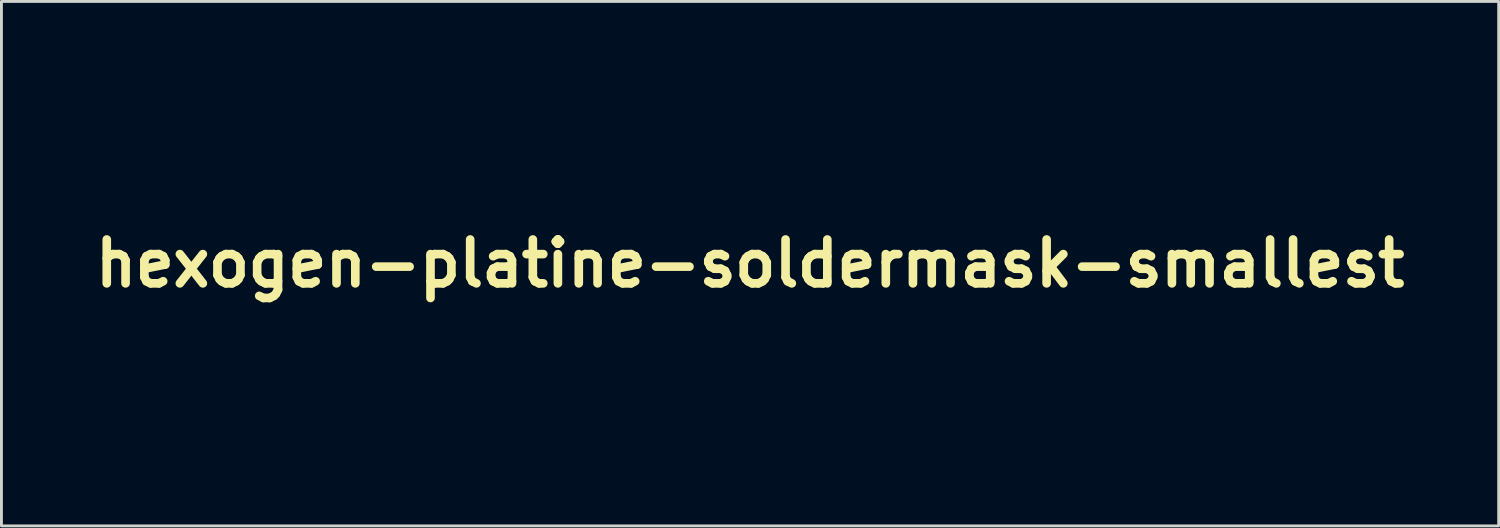
<source format=kicad_pcb>
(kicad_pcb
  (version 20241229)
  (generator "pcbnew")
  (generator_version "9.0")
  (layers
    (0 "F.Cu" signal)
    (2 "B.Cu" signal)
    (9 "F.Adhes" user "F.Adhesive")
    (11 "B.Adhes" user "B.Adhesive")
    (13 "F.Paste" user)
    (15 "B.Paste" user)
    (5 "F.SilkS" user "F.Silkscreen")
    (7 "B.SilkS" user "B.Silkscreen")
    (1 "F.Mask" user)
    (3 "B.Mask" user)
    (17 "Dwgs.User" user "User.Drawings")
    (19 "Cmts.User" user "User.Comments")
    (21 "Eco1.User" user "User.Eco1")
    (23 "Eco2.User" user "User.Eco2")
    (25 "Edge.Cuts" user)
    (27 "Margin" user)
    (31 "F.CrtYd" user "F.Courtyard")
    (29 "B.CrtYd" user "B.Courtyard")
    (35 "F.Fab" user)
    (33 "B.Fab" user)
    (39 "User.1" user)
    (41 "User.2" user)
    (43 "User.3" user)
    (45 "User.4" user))
  (footprint "hexogen-platine-soldermask-smallest"
    (layer "F.Cu")
    (at 23.012 6.106)
    (property "Reference" "hexogen-platine-soldermask-smallest" (at 0 0 0) (layer "F.SilkS") (effects (font (size 1.524 1.524) (thickness 0.3))))
    (attr through_hole)
    (fp_poly (pts (xy 1.057 -0.329) (xy 1.109 -0.311) (xy 1.151 -0.279) (xy 1.185 -0.231) (xy 1.186 -0.23) (xy 1.189 -0.223) (xy 1.192 -0.215) (xy 1.195 -0.206) (xy 1.198 -0.194) (xy 1.2 -0.178) (xy 1.201 -0.156) (xy 1.203 -0.128) (xy 1.204 -0.091) (xy 1.205 -0.046) (xy 1.206 0.01) (xy 1.207 0.078) (xy 1.207 0.159) (xy 1.208 0.254) (xy 1.208 0.365) (xy 1.209 0.492) (xy 1.209 0.638) (xy 1.209 0.667) (xy 1.212 1.524) (xy 2.061 1.524) (xy 2.062 0.882) (xy 2.062 0.743) (xy 2.062 0.619) (xy 2.063 0.508) (xy 2.064 0.413) (xy 2.065 0.334) (xy 2.067 0.271) (xy 2.069 0.227) (xy 2.071 0.2) (xy 2.072 0.195) (xy 2.094 0.137) (xy 2.131 0.088) (xy 2.17 0.059) (xy 2.22 0.041) (xy 2.276 0.036) (xy 2.334 0.042) (xy 2.39 0.059) (xy 2.437 0.087) (xy 2.469 0.12) (xy 2.484 0.149) (xy 2.496 0.187) (xy 2.501 0.211) (xy 2.503 0.232) (xy 2.505 0.27) (xy 2.506 0.324) (xy 2.507 0.393) (xy 2.508 0.475) (xy 2.509 0.568) (xy 2.51 0.67) (xy 2.51 0.78) (xy 2.511 0.89) (xy 2.511 1.022) (xy 2.511 1.135) (xy 2.511 1.231) (xy 2.512 1.311) (xy 2.513 1.376) (xy 2.514 1.427) (xy 2.516 1.467) (xy 2.517 1.494) (xy 2.52 1.512) (xy 2.522 1.521) (xy 2.523 1.522) (xy 2.539 1.53) (xy 2.567 1.54) (xy 2.579 1.544) (xy 2.634 1.565) (xy 2.675 1.598) (xy 2.702 1.642) (xy 2.717 1.7) (xy 2.72 1.754) (xy 2.718 1.8) (xy 2.713 1.834) (xy 2.703 1.862) (xy 2.698 1.873) (xy 2.664 1.918) (xy 2.618 1.951) (xy 2.563 1.971) (xy 2.559 1.971) (xy 2.516 1.979) (xy 2.51 2.462) (xy 2.509 2.577) (xy 2.508 2.673) (xy 2.506 2.754) (xy 2.505 2.82) (xy 2.502 2.873) (xy 2.5 2.916) (xy 2.496 2.949) (xy 2.491 2.974) (xy 2.486 2.994) (xy 2.479 3.009) (xy 2.47 3.022) (xy 2.46 3.034) (xy 2.454 3.04) (xy 2.418 3.066) (xy 2.368 3.083) (xy 2.307 3.091) (xy 2.238 3.089) (xy 2.222 3.087) (xy 2.166 3.074) (xy 2.124 3.051) (xy 2.094 3.017) (xy 2.088 3.006) (xy 2.083 2.997) (xy 2.079 2.987) (xy 2.076 2.975) (xy 2.073 2.96) (xy 2.071 2.939) (xy 2.069 2.912) (xy 2.067 2.875) (xy 2.066 2.829) (xy 2.065 2.769) (xy 2.065 2.696) (xy 2.064 2.608) (xy 2.064 2.502) (xy 2.063 2.469) (xy 2.06 1.973) (xy 0.762 1.973) (xy 0.762 0.924) (xy 0.762 0.73) (xy 0.762 0.555) (xy 0.763 0.4) (xy 0.763 0.263) (xy 0.764 0.146) (xy 0.765 0.047) (xy 0.767 -0.034) (xy 0.768 -0.097) (xy 0.77 -0.141) (xy 0.772 -0.168) (xy 0.773 -0.175) (xy 0.794 -0.236) (xy 0.828 -0.282) (xy 0.875 -0.314) (xy 0.936 -0.331) (xy 0.99 -0.335) (xy 1.057 -0.329)) (stroke (width 0.01) (type solid)) (fill yes) (layer "F.Mask"))
    (fp_poly (pts (xy -0.557 -0.313) (xy -0.509 -0.275) (xy -0.475 -0.226) (xy -0.455 -0.17) (xy -0.449 -0.109) (xy -0.461 -0.047) (xy -0.476 -0.01) (xy -0.498 0.026) (xy -0.525 0.052) (xy -0.557 0.072) (xy -0.611 0.103) (xy -1.079 0.107) (xy -1.19 0.109) (xy -1.284 0.11) (xy -1.361 0.111) (xy -1.424 0.112) (xy -1.474 0.115) (xy -1.514 0.117) (xy -1.545 0.121) (xy -1.569 0.127) (xy -1.587 0.133) (xy -1.602 0.142) (xy -1.615 0.152) (xy -1.627 0.164) (xy -1.64 0.178) (xy -1.651 0.193) (xy -1.67 0.224) (xy -1.695 0.269) (xy -1.725 0.325) (xy -1.76 0.391) (xy -1.798 0.464) (xy -1.839 0.543) (xy -1.881 0.626) (xy -1.923 0.71) (xy -1.965 0.794) (xy -2.005 0.876) (xy -2.043 0.953) (xy -2.077 1.024) (xy -2.106 1.086) (xy -2.13 1.138) (xy -2.147 1.178) (xy -2.156 1.199) (xy -2.175 1.28) (xy -2.183 1.369) (xy -2.179 1.459) (xy -2.169 1.514) (xy -2.161 1.541) (xy -2.146 1.58) (xy -2.123 1.633) (xy -2.092 1.701) (xy -2.052 1.784) (xy -2.004 1.883) (xy -1.974 1.944) (xy -1.933 2.027) (xy -1.892 2.11) (xy -1.854 2.188) (xy -1.818 2.26) (xy -1.788 2.323) (xy -1.763 2.374) (xy -1.745 2.411) (xy -1.741 2.418) (xy -1.71 2.482) (xy -1.682 2.53) (xy -1.655 2.566) (xy -1.627 2.593) (xy -1.594 2.615) (xy -1.576 2.624) (xy -1.52 2.651) (xy -1.08 2.653) (xy -0.955 2.654) (xy -0.849 2.655) (xy -0.762 2.657) (xy -0.693 2.659) (xy -0.643 2.661) (xy -0.61 2.664) (xy -0.598 2.666) (xy -0.544 2.691) (xy -0.5 2.729) (xy -0.469 2.779) (xy -0.453 2.838) (xy -0.452 2.89) (xy -0.466 2.958) (xy -0.494 3.013) (xy -0.536 3.055) (xy -0.589 3.083) (xy -0.601 3.086) (xy -0.62 3.088) (xy -0.655 3.091) (xy -0.706 3.092) (xy -0.769 3.094) (xy -0.841 3.094) (xy -0.921 3.095) (xy -1.006 3.095) (xy -1.093 3.095) (xy -1.18 3.095) (xy -1.265 3.094) (xy -1.344 3.093) (xy -1.417 3.091) (xy -1.479 3.089) (xy -1.53 3.087) (xy -1.539 3.086) (xy -1.629 3.078) (xy -1.704 3.062) (xy -1.77 3.04) (xy -1.83 3.008) (xy -1.842 3.001) (xy -1.906 2.951) (xy -1.968 2.889) (xy -2.023 2.82) (xy -2.037 2.799) (xy -2.049 2.778) (xy -2.069 2.742) (xy -2.095 2.692) (xy -2.127 2.631) (xy -2.163 2.56) (xy -2.202 2.482) (xy -2.244 2.4) (xy -2.287 2.314) (xy -2.33 2.227) (xy -2.373 2.141) (xy -2.413 2.059) (xy -2.451 1.982) (xy -2.485 1.912) (xy -2.514 1.852) (xy -2.537 1.803) (xy -2.553 1.768) (xy -2.559 1.754) (xy -2.602 1.619) (xy -2.626 1.483) (xy -2.63 1.346) (xy -2.615 1.209) (xy -2.581 1.073) (xy -2.541 0.97) (xy -2.524 0.931) (xy -2.499 0.88) (xy -2.469 0.817) (xy -2.434 0.745) (xy -2.395 0.667) (xy -2.353 0.584) (xy -2.31 0.498) (xy -2.267 0.411) (xy -2.223 0.326) (xy -2.182 0.244) (xy -2.143 0.168) (xy -2.107 0.1) (xy -2.076 0.042) (xy -2.051 -0.005) (xy -2.033 -0.038) (xy -2.024 -0.052) (xy -1.954 -0.14) (xy -1.873 -0.212) (xy -1.78 -0.268) (xy -1.677 -0.308) (xy -1.636 -0.319) (xy -1.616 -0.323) (xy -1.595 -0.326) (xy -1.57 -0.329) (xy -1.54 -0.331) (xy -1.503 -0.333) (xy -1.457 -0.334) (xy -1.399 -0.335) (xy -1.329 -0.336) (xy -1.244 -0.336) (xy -1.143 -0.337) (xy -1.079 -0.337) (xy -0.601 -0.337) (xy -0.557 -0.313)) (stroke (width 0.01) (type solid)) (fill yes) (layer "F.Mask"))
    (fp_poly (pts (xy 0.091 -6.1) (xy 0.124 -6.098) (xy 0.151 -6.093) (xy 0.177 -6.083) (xy 0.207 -6.069) (xy 0.278 -6.024) (xy 0.335 -5.967) (xy 0.378 -5.9) (xy 0.405 -5.827) (xy 0.416 -5.749) (xy 0.41 -5.669) (xy 0.385 -5.59) (xy 0.381 -5.581) (xy 0.339 -5.511) (xy 0.281 -5.453) (xy 0.207 -5.404) (xy 0.188 -5.395) (xy 0.112 -5.358) (xy 0.112 -3.473) (xy 0.188 -3.436) (xy 0.263 -3.391) (xy 0.324 -3.337) (xy 0.372 -3.272) (xy 0.382 -3.253) (xy 0.415 -3.191) (xy 1.539 -2.543) (xy 1.69 -2.455) (xy 1.847 -2.365) (xy 2.007 -2.273) (xy 2.168 -2.18) (xy 2.328 -2.087) (xy 2.486 -1.996) (xy 2.639 -1.908) (xy 2.786 -1.823) (xy 2.925 -1.743) (xy 3.053 -1.669) (xy 3.17 -1.602) (xy 3.272 -1.543) (xy 3.317 -1.518) (xy 3.422 -1.457) (xy 3.522 -1.399) (xy 3.618 -1.344) (xy 3.706 -1.292) (xy 3.786 -1.245) (xy 3.857 -1.204) (xy 3.916 -1.169) (xy 3.962 -1.141) (xy 3.995 -1.121) (xy 4.012 -1.109) (xy 4.013 -1.109) (xy 4.075 -1.049) (xy 4.124 -0.978) (xy 4.145 -0.932) (xy 4.167 -0.874) (xy 4.171 1.241) (xy 4.176 3.356) (xy 4.214 3.407) (xy 4.254 3.477) (xy 4.279 3.553) (xy 4.288 3.631) (xy 4.281 3.703) (xy 4.276 3.73) (xy 4.276 3.752) (xy 4.277 3.753) (xy 4.281 3.758) (xy 4.293 3.767) (xy 4.313 3.78) (xy 4.342 3.799) (xy 4.381 3.823) (xy 4.43 3.852) (xy 4.49 3.888) (xy 4.562 3.93) (xy 4.645 3.979) (xy 4.741 4.035) (xy 4.851 4.099) (xy 4.974 4.17) (xy 5.112 4.25) (xy 5.265 4.338) (xy 5.434 4.436) (xy 5.597 4.53) (xy 5.645 4.557) (xy 5.688 4.58) (xy 5.723 4.598) (xy 5.746 4.609) (xy 5.754 4.611) (xy 5.77 4.606) (xy 5.796 4.593) (xy 5.823 4.577) (xy 5.892 4.54) (xy 5.962 4.52) (xy 6.04 4.515) (xy 6.057 4.515) (xy 6.14 4.529) (xy 6.216 4.561) (xy 6.281 4.608) (xy 6.335 4.67) (xy 6.362 4.716) (xy 6.376 4.747) (xy 6.386 4.773) (xy 6.391 4.799) (xy 6.393 4.831) (xy 6.394 4.877) (xy 6.394 4.884) (xy 6.393 4.933) (xy 6.391 4.967) (xy 6.386 4.994) (xy 6.378 5.019) (xy 6.367 5.042) (xy 6.333 5.095) (xy 6.287 5.146) (xy 6.233 5.191) (xy 6.179 5.223) (xy 6.103 5.248) (xy 6.027 5.255) (xy 5.953 5.246) (xy 5.883 5.223) (xy 5.819 5.186) (xy 5.763 5.137) (xy 5.717 5.079) (xy 5.683 5.012) (xy 5.664 4.939) (xy 5.662 4.899) (xy 5.814 4.899) (xy 5.829 4.961) (xy 5.836 4.978) (xy 5.869 5.028) (xy 5.915 5.066) (xy 5.97 5.091) (xy 6.029 5.1) (xy 6.088 5.093) (xy 6.113 5.084) (xy 6.167 5.052) (xy 6.208 5.007) (xy 6.235 4.952) (xy 6.247 4.892) (xy 6.242 4.838) (xy 6.219 4.776) (xy 6.183 4.727) (xy 6.135 4.69) (xy 6.077 4.67) (xy 6.032 4.665) (xy 5.968 4.674) (xy 5.913 4.699) (xy 5.868 4.736) (xy 5.836 4.784) (xy 5.817 4.839) (xy 5.814 4.899) (xy 5.662 4.899) (xy 5.661 4.86) (xy 5.665 4.822) (xy 5.671 4.775) (xy 5.669 4.745) (xy 5.667 4.739) (xy 5.657 4.731) (xy 5.631 4.714) (xy 5.592 4.689) (xy 5.542 4.658) (xy 5.481 4.621) (xy 5.413 4.581) (xy 5.338 4.537) (xy 5.288 4.508) (xy 5.192 4.452) (xy 5.084 4.39) (xy 4.971 4.325) (xy 4.856 4.258) (xy 4.745 4.194) (xy 4.642 4.134) (xy 4.568 4.091) (xy 4.492 4.048) (xy 4.421 4.007) (xy 4.357 3.971) (xy 4.301 3.94) (xy 4.256 3.915) (xy 4.223 3.898) (xy 4.205 3.889) (xy 4.202 3.888) (xy 4.187 3.893) (xy 4.161 3.907) (xy 4.133 3.926) (xy 4.079 3.959) (xy 4.026 3.981) (xy 3.967 3.992) (xy 3.897 3.996) (xy 3.848 3.997) (xy 3.806 4.002) (xy 3.778 4.009) (xy 3.778 4.009) (xy 3.763 4.016) (xy 3.732 4.033) (xy 3.684 4.06) (xy 3.62 4.097) (xy 3.539 4.143) (xy 3.441 4.199) (xy 3.327 4.264) (xy 3.197 4.339) (xy 3.05 4.423) (xy 2.887 4.517) (xy 2.708 4.62) (xy 2.512 4.733) (xy 2.301 4.855) (xy 2.074 4.986) (xy 1.83 5.127) (xy 1.571 5.276) (xy 1.296 5.435) (xy 1.187 5.498) (xy 1.027 5.591) (xy 0.877 5.677) (xy 0.74 5.756) (xy 0.615 5.827) (xy 0.502 5.891) (xy 0.403 5.947) (xy 0.318 5.994) (xy 0.248 6.033) (xy 0.192 6.064) (xy 0.152 6.084) (xy 0.128 6.096) (xy 0.124 6.098) (xy 0.044 6.113) (xy -0.036 6.111) (xy -0.098 6.096) (xy -0.116 6.088) (xy -0.148 6.071) (xy -0.195 6.046) (xy -0.254 6.014) (xy -0.324 5.975) (xy -0.403 5.93) (xy -0.491 5.881) (xy -0.585 5.827) (xy -0.684 5.77) (xy -0.772 5.719) (xy -0.881 5.656) (xy -0.992 5.593) (xy -1.101 5.529) (xy -1.207 5.468) (xy -1.308 5.41) (xy -1.402 5.355) (xy -1.486 5.307) (xy -1.559 5.265) (xy -1.618 5.231) (xy -1.641 5.217) (xy -1.685 5.192) (xy -1.743 5.158) (xy -1.816 5.116) (xy -1.901 5.067) (xy -1.996 5.012) (xy -2.101 4.951) (xy -2.214 4.886) (xy -2.333 4.817) (xy -2.457 4.745) (xy -2.584 4.672) (xy -2.713 4.598) (xy -2.805 4.544) (xy -2.929 4.473) (xy -3.048 4.404) (xy -3.161 4.339) (xy -3.268 4.277) (xy -3.367 4.221) (xy -3.457 4.169) (xy -3.537 4.123) (xy -3.606 4.084) (xy -3.662 4.052) (xy -3.705 4.028) (xy -3.734 4.012) (xy -3.746 4.006) (xy -3.746 4.005) (xy -3.768 4.001) (xy -3.803 3.998) (xy -3.844 3.996) (xy -3.858 3.996) (xy -3.927 3.993) (xy -3.984 3.982) (xy -4.035 3.963) (xy -4.087 3.932) (xy -4.118 3.914) (xy -4.145 3.903) (xy -4.16 3.9) (xy -4.172 3.906) (xy -4.199 3.921) (xy -4.24 3.943) (xy -4.293 3.974) (xy -4.357 4.01) (xy -4.43 4.052) (xy -4.512 4.098) (xy -4.599 4.149) (xy -4.691 4.202) (xy -4.787 4.257) (xy -4.885 4.313) (xy -4.982 4.37) (xy -5.079 4.426) (xy -5.173 4.481) (xy -5.263 4.533) (xy -5.347 4.582) (xy -5.424 4.627) (xy -5.493 4.668) (xy -5.551 4.702) (xy -5.598 4.73) (xy -5.631 4.751) (xy -5.65 4.763) (xy -5.654 4.766) (xy -5.661 4.785) (xy -5.665 4.82) (xy -5.666 4.865) (xy -5.672 4.951) (xy -5.689 5.024) (xy -5.72 5.087) (xy -5.765 5.143) (xy -5.788 5.166) (xy -5.848 5.209) (xy -5.912 5.236) (xy -5.987 5.249) (xy -6.028 5.25) (xy -6.081 5.248) (xy -6.124 5.242) (xy -6.164 5.229) (xy -6.167 5.228) (xy -6.231 5.193) (xy -6.29 5.143) (xy -6.339 5.082) (xy -6.362 5.043) (xy -6.377 5.01) (xy -6.387 4.983) (xy -6.392 4.955) (xy -6.394 4.919) (xy -6.394 4.892) (xy -6.249 4.892) (xy -6.238 4.95) (xy -6.21 5.004) (xy -6.167 5.05) (xy -6.112 5.083) (xy -6.051 5.098) (xy -5.985 5.095) (xy -5.955 5.088) (xy -5.914 5.067) (xy -5.874 5.034) (xy -5.842 4.993) (xy -5.825 4.957) (xy -5.813 4.889) (xy -5.82 4.825) (xy -5.845 4.768) (xy -5.888 4.718) (xy -5.891 4.716) (xy -5.945 4.681) (xy -6.003 4.664) (xy -6.062 4.666) (xy -6.12 4.686) (xy -6.175 4.725) (xy -6.177 4.727) (xy -6.218 4.777) (xy -6.242 4.834) (xy -6.249 4.892) (xy -6.394 4.892) (xy -6.394 4.885) (xy -6.393 4.839) (xy -6.39 4.805) (xy -6.384 4.777) (xy -6.373 4.748) (xy -6.364 4.728) (xy -6.32 4.657) (xy -6.264 4.598) (xy -6.198 4.553) (xy -6.125 4.525) (xy -6.068 4.516) (xy -5.996 4.517) (xy -5.926 4.534) (xy -5.853 4.566) (xy -5.816 4.587) (xy -5.781 4.608) (xy -5.75 4.623) (xy -5.729 4.63) (xy -5.725 4.631) (xy -5.714 4.626) (xy -5.688 4.613) (xy -5.648 4.592) (xy -5.592 4.561) (xy -5.522 4.522) (xy -5.436 4.473) (xy -5.334 4.416) (xy -5.217 4.349) (xy -5.084 4.272) (xy -4.935 4.187) (xy -4.769 4.091) (xy -4.588 3.986) (xy -4.389 3.872) (xy -4.301 3.821) (xy -4.27 3.802) (xy -4.247 3.784) (xy -4.235 3.773) (xy -4.235 3.772) (xy -4.234 3.756) (xy -4.236 3.728) (xy -4.241 3.696) (xy -4.247 3.609) (xy -4.246 3.606) (xy -4.092 3.606) (xy -4.088 3.674) (xy -4.066 3.733) (xy -4.028 3.783) (xy -3.974 3.822) (xy -3.971 3.823) (xy -3.934 3.835) (xy -3.887 3.839) (xy -3.838 3.836) (xy -3.794 3.826) (xy -3.781 3.82) (xy -3.752 3.801) (xy -3.722 3.774) (xy -3.709 3.76) (xy -3.676 3.708) (xy -3.661 3.652) (xy -3.662 3.593) (xy -3.679 3.537) (xy -3.712 3.486) (xy -3.761 3.443) (xy -3.763 3.441) (xy -3.787 3.427) (xy -3.81 3.419) (xy -3.839 3.415) (xy -3.878 3.414) (xy -3.919 3.415) (xy -3.948 3.419) (xy -3.971 3.428) (xy -3.994 3.441) (xy -4.043 3.484) (xy -4.076 3.537) (xy -4.091 3.599) (xy -4.092 3.606) (xy -4.246 3.606) (xy -4.233 3.525) (xy -4.201 3.446) (xy -4.173 3.401) (xy -4.142 3.358) (xy -4.142 2.15) (xy -3.701 2.15) (xy -3.701 2.312) (xy -3.701 2.464) (xy -3.701 2.606) (xy -3.701 2.737) (xy -3.7 2.854) (xy -3.7 2.959) (xy -3.7 3.049) (xy -3.699 3.124) (xy -3.699 3.182) (xy -3.698 3.224) (xy -3.698 3.247) (xy -3.697 3.252) (xy -3.685 3.281) (xy -3.657 3.319) (xy -3.629 3.351) (xy -3.586 3.4) (xy -3.555 3.445) (xy -3.532 3.492) (xy -3.515 3.546) (xy -3.511 3.559) (xy -3.499 3.597) (xy -3.485 3.628) (xy -3.474 3.642) (xy -3.463 3.65) (xy -3.436 3.666) (xy -3.395 3.691) (xy -3.339 3.724) (xy -3.272 3.764) (xy -3.193 3.81) (xy -3.103 3.862) (xy -3.005 3.92) (xy -2.898 3.982) (xy -2.784 4.048) (xy -2.665 4.117) (xy -2.541 4.189) (xy -2.516 4.204) (xy -2.369 4.288) (xy -2.213 4.378) (xy -2.049 4.473) (xy -1.881 4.57) (xy -1.71 4.669) (xy -1.54 4.767) (xy -1.374 4.864) (xy -1.214 4.957) (xy -1.062 5.044) (xy -0.922 5.126) (xy -0.795 5.199) (xy -0.791 5.201) (xy -0.647 5.285) (xy -0.518 5.359) (xy -0.406 5.423) (xy -0.307 5.479) (xy -0.224 5.527) (xy -0.153 5.566) (xy -0.096 5.598) (xy -0.051 5.622) (xy -0.017 5.639) (xy 0.006 5.649) (xy 0.018 5.653) (xy 0.02 5.654) (xy 0.032 5.648) (xy 0.059 5.634) (xy 0.101 5.611) (xy 0.157 5.58) (xy 0.225 5.542) (xy 0.305 5.496) (xy 0.396 5.445) (xy 0.495 5.388) (xy 0.604 5.326) (xy 0.719 5.26) (xy 0.841 5.19) (xy 0.968 5.117) (xy 1.056 5.066) (xy 1.203 4.98) (xy 1.359 4.891) (xy 1.52 4.798) (xy 1.684 4.703) (xy 1.848 4.607) (xy 2.011 4.513) (xy 2.17 4.421) (xy 2.323 4.333) (xy 2.468 4.249) (xy 2.601 4.172) (xy 2.722 4.102) (xy 2.792 4.062) (xy 2.901 3.998) (xy 3.006 3.937) (xy 3.105 3.879) (xy 3.196 3.825) (xy 3.279 3.776) (xy 3.352 3.733) (xy 3.414 3.695) (xy 3.464 3.665) (xy 3.5 3.642) (xy 3.501 3.641) (xy 3.7 3.641) (xy 3.71 3.698) (xy 3.735 3.75) (xy 3.774 3.794) (xy 3.825 3.826) (xy 3.832 3.829) (xy 3.864 3.836) (xy 3.907 3.838) (xy 3.952 3.836) (xy 3.991 3.828) (xy 4.003 3.824) (xy 4.056 3.792) (xy 4.096 3.748) (xy 4.122 3.696) (xy 4.132 3.638) (xy 4.126 3.578) (xy 4.103 3.519) (xy 4.066 3.468) (xy 4.021 3.434) (xy 3.966 3.416) (xy 3.927 3.411) (xy 3.866 3.414) (xy 3.814 3.431) (xy 3.769 3.465) (xy 3.76 3.475) (xy 3.724 3.526) (xy 3.704 3.583) (xy 3.7 3.641) (xy 3.501 3.641) (xy 3.522 3.627) (xy 3.528 3.623) (xy 3.536 3.603) (xy 3.546 3.572) (xy 3.552 3.55) (xy 3.581 3.468) (xy 3.624 3.399) (xy 3.659 3.361) (xy 3.686 3.335) (xy 3.708 3.309) (xy 3.718 3.293) (xy 3.72 3.281) (xy 3.721 3.249) (xy 3.723 3.201) (xy 3.724 3.137) (xy 3.725 3.057) (xy 3.727 2.963) (xy 3.728 2.857) (xy 3.729 2.739) (xy 3.729 2.611) (xy 3.73 2.473) (xy 3.731 2.326) (xy 3.731 2.173) (xy 3.732 2.013) (xy 3.732 1.849) (xy 3.733 1.68) (xy 3.733 1.509) (xy 3.733 1.337) (xy 3.733 1.164) (xy 3.733 0.991) (xy 3.733 0.821) (xy 3.733 0.653) (xy 3.732 0.489) (xy 3.732 0.331) (xy 3.731 0.178) (xy 3.731 0.034) (xy 3.73 -0.103) (xy 3.729 -0.229) (xy 3.728 -0.345) (xy 3.727 -0.449) (xy 3.726 -0.54) (xy 3.725 -0.617) (xy 3.724 -0.679) (xy 3.722 -0.724) (xy 3.721 -0.752) (xy 3.719 -0.761) (xy 3.708 -0.771) (xy 3.679 -0.791) (xy 3.634 -0.82) (xy 3.571 -0.858) (xy 3.491 -0.906) (xy 3.394 -0.963) (xy 3.281 -1.03) (xy 3.165 -1.096) (xy 3.088 -1.141) (xy 2.996 -1.194) (xy 2.889 -1.255) (xy 2.771 -1.324) (xy 2.643 -1.398) (xy 2.506 -1.477) (xy 2.362 -1.56) (xy 2.213 -1.646) (xy 2.06 -1.734) (xy 1.905 -1.824) (xy 1.749 -1.914) (xy 1.595 -2.003) (xy 1.45 -2.087) (xy 1.3 -2.173) (xy 1.156 -2.256) (xy 1.02 -2.334) (xy 0.892 -2.407) (xy 0.774 -2.475) (xy 0.665 -2.537) (xy 0.567 -2.592) (xy 0.481 -2.641) (xy 0.407 -2.682) (xy 0.347 -2.716) (xy 0.301 -2.741) (xy 0.269 -2.757) (xy 0.254 -2.764) (xy 0.253 -2.765) (xy 0.231 -2.761) (xy 0.199 -2.753) (xy 0.171 -2.744) (xy 0.09 -2.725) (xy 0.009 -2.724) (xy -0.07 -2.743) (xy -0.088 -2.75) (xy -0.125 -2.764) (xy -0.158 -2.776) (xy -0.181 -2.781) (xy -0.187 -2.781) (xy -0.199 -2.777) (xy -0.215 -2.77) (xy -0.237 -2.76) (xy -0.266 -2.745) (xy -0.303 -2.725) (xy -0.349 -2.7) (xy -0.404 -2.67) (xy -0.47 -2.632) (xy -0.548 -2.588) (xy -0.638 -2.537) (xy -0.741 -2.478) (xy -0.858 -2.411) (xy -0.99 -2.335) (xy -1.138 -2.249) (xy -1.153 -2.24) (xy -1.299 -2.156) (xy -1.455 -2.066) (xy -1.618 -1.971) (xy -1.786 -1.874) (xy -1.956 -1.776) (xy -2.125 -1.679) (xy -2.29 -1.583) (xy -2.45 -1.491) (xy -2.6 -1.404) (xy -2.74 -1.324) (xy -2.865 -1.251) (xy -2.875 -1.246) (xy -2.989 -1.18) (xy -3.098 -1.117) (xy -3.201 -1.057) (xy -3.298 -1.001) (xy -3.386 -0.95) (xy -3.465 -0.904) (xy -3.534 -0.864) (xy -3.59 -0.831) (xy -3.633 -0.805) (xy -3.662 -0.788) (xy -3.675 -0.78) (xy -3.676 -0.78) (xy -3.698 -0.763) (xy -3.7 1.228) (xy -3.701 1.424) (xy -3.701 1.615) (xy -3.701 1.801) (xy -3.701 1.979) (xy -3.701 2.15) (xy -4.142 2.15) (xy -4.142 1.281) (xy -4.142 1.004) (xy -4.142 0.746) (xy -4.142 0.508) (xy -4.141 0.29) (xy -4.141 0.09) (xy -4.14 -0.09) (xy -4.14 -0.251) (xy -4.139 -0.393) (xy -4.138 -0.517) (xy -4.137 -0.621) (xy -4.136 -0.706) (xy -4.135 -0.773) (xy -4.134 -0.821) (xy -4.133 -0.851) (xy -4.132 -0.86) (xy -4.11 -0.945) (xy -4.073 -1.017) (xy -4.027 -1.072) (xy -4.014 -1.083) (xy -3.992 -1.099) (xy -3.96 -1.12) (xy -3.918 -1.146) (xy -3.865 -1.178) (xy -3.8 -1.217) (xy -3.722 -1.263) (xy -3.632 -1.317) (xy -3.527 -1.378) (xy -3.407 -1.447) (xy -3.272 -1.525) (xy -3.12 -1.613) (xy -3.115 -1.616) (xy -2.853 -1.767) (xy -2.607 -1.908) (xy -2.377 -2.041) (xy -2.162 -2.164) (xy -1.962 -2.28) (xy -1.777 -2.387) (xy -1.605 -2.486) (xy -1.447 -2.577) (xy -1.302 -2.661) (xy -1.169 -2.738) (xy -1.048 -2.809) (xy -0.938 -2.873) (xy -0.839 -2.931) (xy -0.75 -2.983) (xy -0.671 -3.029) (xy -0.601 -3.071) (xy -0.597 -3.073) (xy -0.172 -3.073) (xy -0.159 -3.021) (xy -0.135 -2.974) (xy -0.1 -2.934) (xy -0.057 -2.903) (xy -0.007 -2.883) (xy 0.048 -2.876) (xy 0.106 -2.885) (xy 0.148 -2.902) (xy 0.197 -2.937) (xy 0.233 -2.984) (xy 0.256 -3.039) (xy 0.263 -3.098) (xy 0.254 -3.157) (xy 0.245 -3.18) (xy 0.211 -3.234) (xy 0.166 -3.274) (xy 0.114 -3.3) (xy 0.057 -3.311) (xy -0.000348 -3.306) (xy -0.056 -3.286) (xy -0.106 -3.249) (xy -0.119 -3.234) (xy -0.154 -3.182) (xy -0.171 -3.127) (xy -0.172 -3.073) (xy -0.597 -3.073) (xy -0.54 -3.107) (xy -0.487 -3.139) (xy -0.441 -3.166) (xy -0.403 -3.19) (xy -0.372 -3.21) (xy -0.347 -3.226) (xy -0.327 -3.239) (xy -0.313 -3.25) (xy -0.303 -3.258) (xy -0.298 -3.263) (xy -0.245 -3.32) (xy -0.202 -3.363) (xy -0.166 -3.395) (xy -0.136 -3.417) (xy -0.108 -3.432) (xy -0.102 -3.434) (xy -0.088 -3.438) (xy -0.076 -3.441) (xy -0.066 -3.445) (xy -0.056 -3.449) (xy -0.048 -3.455) (xy -0.042 -3.465) (xy -0.036 -3.479) (xy -0.032 -3.499) (xy -0.028 -3.526) (xy -0.025 -3.561) (xy -0.023 -3.605) (xy -0.022 -3.659) (xy -0.021 -3.725) (xy -0.02 -3.803) (xy -0.02 -3.896) (xy -0.021 -4.003) (xy -0.021 -4.126) (xy -0.021 -4.267) (xy -0.022 -4.42) (xy -0.024 -5.358) (xy -0.098 -5.394) (xy -0.176 -5.441) (xy -0.239 -5.499) (xy -0.285 -5.568) (xy -0.315 -5.646) (xy -0.323 -5.683) (xy -0.325 -5.735) (xy -0.171 -5.735) (xy -0.166 -5.681) (xy -0.152 -5.638) (xy -0.125 -5.599) (xy -0.111 -5.584) (xy -0.06 -5.546) (xy -0.002 -5.525) (xy 0.059 -5.521) (xy 0.122 -5.535) (xy 0.148 -5.547) (xy 0.199 -5.583) (xy 0.234 -5.627) (xy 0.255 -5.677) (xy 0.263 -5.73) (xy 0.257 -5.783) (xy 0.239 -5.834) (xy 0.209 -5.879) (xy 0.168 -5.916) (xy 0.118 -5.941) (xy 0.057 -5.953) (xy 0.043 -5.954) (xy -0.02 -5.945) (xy -0.075 -5.919) (xy -0.122 -5.875) (xy -0.141 -5.847) (xy -0.158 -5.816) (xy -0.167 -5.789) (xy -0.17 -5.755) (xy -0.171 -5.735) (xy -0.325 -5.735) (xy -0.326 -5.762) (xy -0.311 -5.839) (xy -0.28 -5.913) (xy -0.234 -5.978) (xy -0.174 -6.034) (xy -0.112 -6.072) (xy -0.083 -6.086) (xy -0.057 -6.094) (xy -0.029 -6.099) (xy 0.007 -6.101) (xy 0.044 -6.101) (xy 0.091 -6.1)) (stroke (width 0.01) (type solid)) (fill yes) (layer "F.Mask")))
  (gr_rect
    (start -3 -3)
    (end 49.025 15.224)
    (stroke (width 0.1) (type default))
    (fill no)
    (layer "Edge.Cuts")))
</source>
